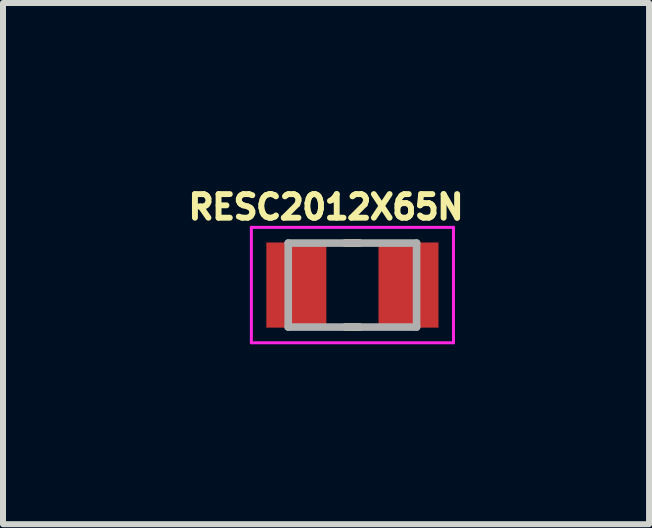
<source format=kicad_pcb>
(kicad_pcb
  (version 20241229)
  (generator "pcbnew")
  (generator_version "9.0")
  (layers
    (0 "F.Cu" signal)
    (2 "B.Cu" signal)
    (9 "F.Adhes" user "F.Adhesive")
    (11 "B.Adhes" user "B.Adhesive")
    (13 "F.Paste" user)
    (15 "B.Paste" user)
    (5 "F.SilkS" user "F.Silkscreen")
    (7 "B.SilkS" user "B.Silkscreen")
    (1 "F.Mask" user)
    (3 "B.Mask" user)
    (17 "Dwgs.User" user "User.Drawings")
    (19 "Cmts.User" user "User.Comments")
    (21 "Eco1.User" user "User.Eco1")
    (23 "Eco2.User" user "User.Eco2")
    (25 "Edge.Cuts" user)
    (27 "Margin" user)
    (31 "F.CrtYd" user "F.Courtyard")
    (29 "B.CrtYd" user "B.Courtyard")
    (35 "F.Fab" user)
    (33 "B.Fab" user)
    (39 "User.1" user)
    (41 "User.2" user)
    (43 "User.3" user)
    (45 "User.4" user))
  (footprint "RESC2012X65N"
    (layer "F.Cu")
    (at 2.826 1.703)
    (property "Reference" "RESC2012X65N" (at -0.44 -1.3 0) (layer "F.SilkS") (effects (font (size 0.394 0.394) (thickness 0.15))))
    (attr through_hole)
    (fp_line (start -0.12 -0.7) (end 0.12 -0.7) (stroke (width 0.127) (type solid)) (layer "F.SilkS"))
    (fp_line (start -0.12 0.7) (end 0.12 0.7) (stroke (width 0.127) (type solid)) (layer "F.SilkS"))
    (fp_line (start -1.685 -0.962) (end 1.685 -0.962) (stroke (width 0.05) (type solid)) (layer "F.CrtYd"))
    (fp_line (start -1.685 0.962) (end -1.685 -0.962) (stroke (width 0.05) (type solid)) (layer "F.CrtYd"))
    (fp_line (start -1.685 0.962) (end 1.685 0.962) (stroke (width 0.05) (type solid)) (layer "F.CrtYd"))
    (fp_line (start 1.685 0.962) (end 1.685 -0.962) (stroke (width 0.05) (type solid)) (layer "F.CrtYd"))
    (fp_line (start -1.07 0.7) (end -1.07 -0.7) (stroke (width 0.127) (type solid)) (layer "F.Fab"))
    (fp_line (start 1.07 -0.7) (end -1.07 -0.7) (stroke (width 0.127) (type solid)) (layer "F.Fab"))
    (fp_line (start 1.07 0.7) (end -1.07 0.7) (stroke (width 0.127) (type solid)) (layer "F.Fab"))
    (fp_line (start 1.07 0.7) (end 1.07 -0.7) (stroke (width 0.127) (type solid)) (layer "F.Fab"))
    (pad "1" smd rect (at -0.935 0) (size 1 1.42) (layers "F.Cu" "F.Mask" "F.Paste"))
    (pad "2" smd rect (at 0.935 0) (size 1 1.42) (layers "F.Cu" "F.Mask" "F.Paste")))
  (gr_rect
    (start -3 -3)
    (end 7.772 5.69)
    (stroke (width 0.1) (type default))
    (fill no)
    (layer "Edge.Cuts")))
</source>
